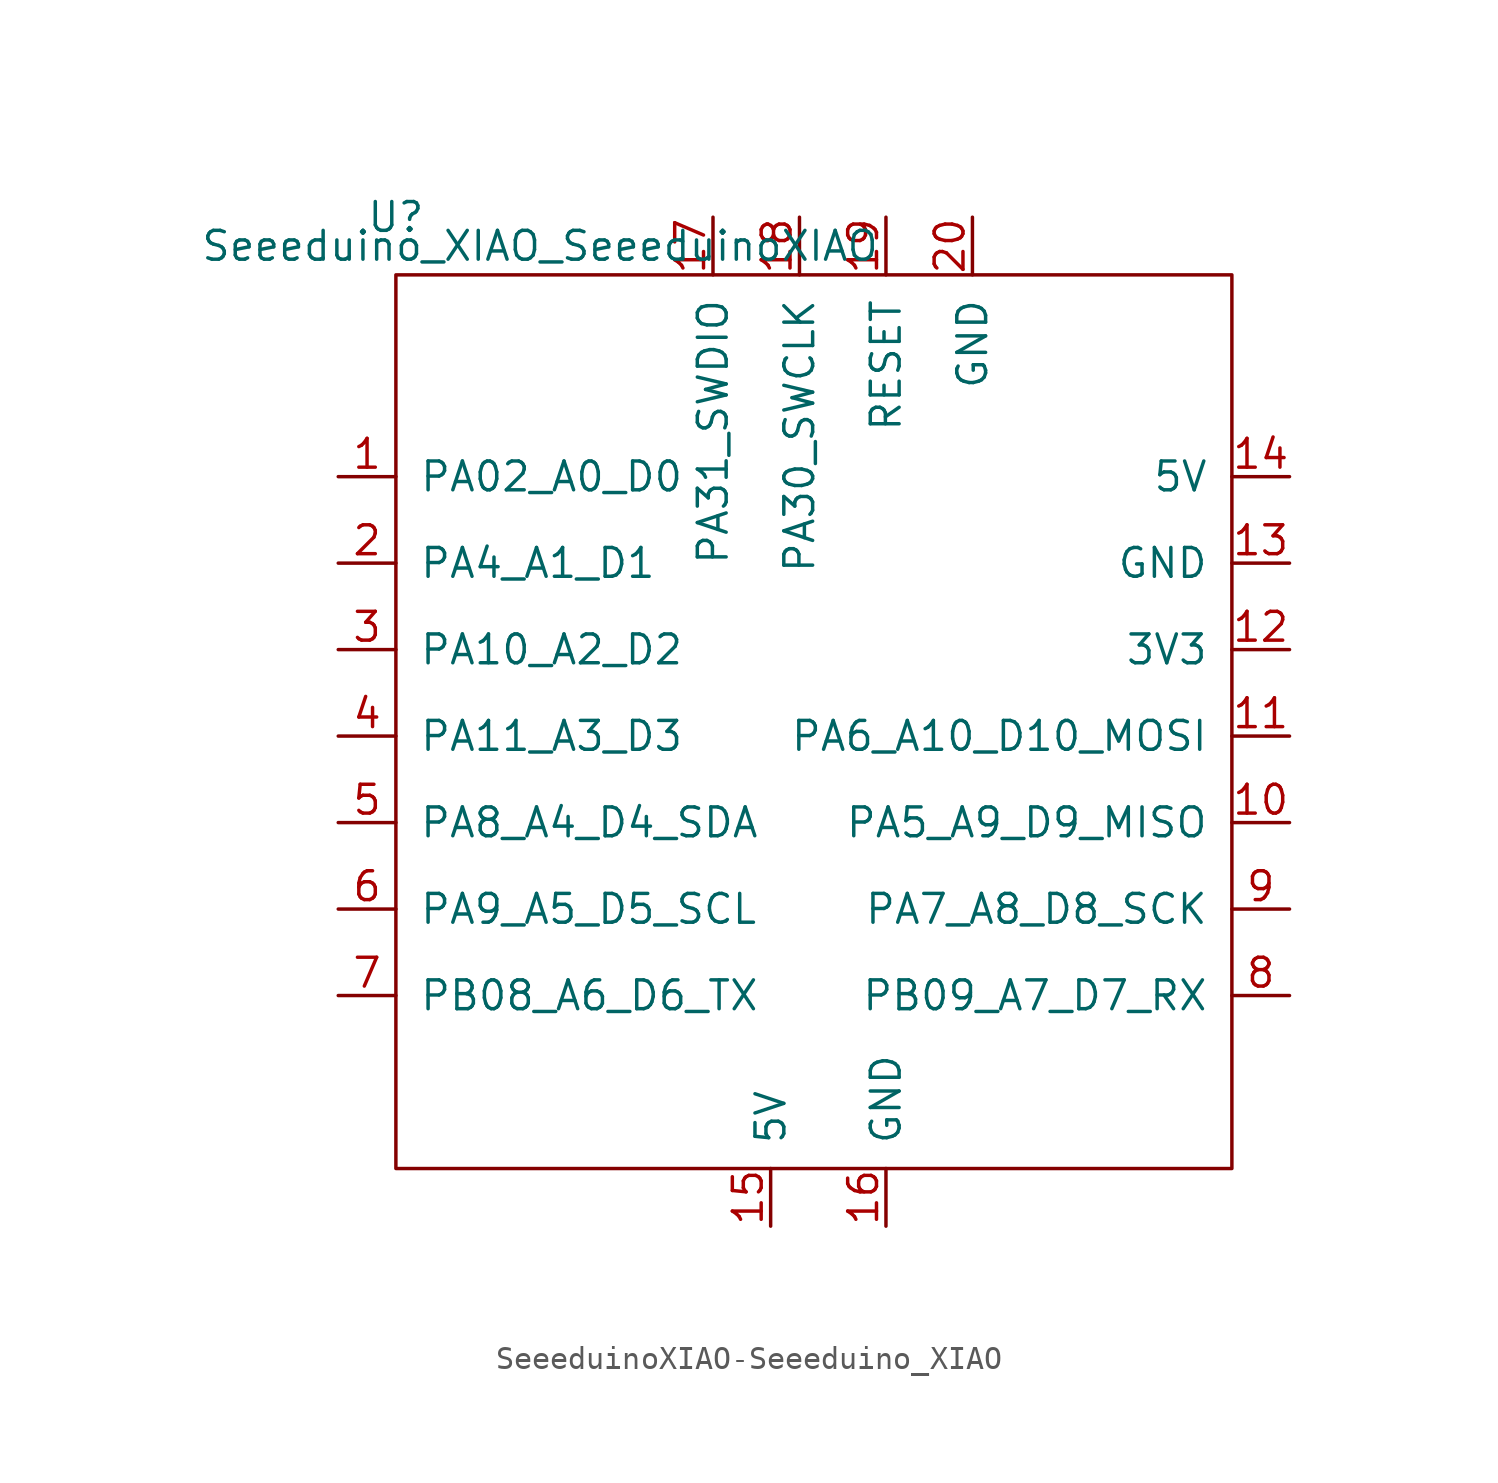
<source format=kicad_sym>
(kicad_symbol_lib
  (version 20220914)
  (generator kicad_symbol_editor)
  (symbol "SeeeduinoXIAO-Seeeduino_XIAO"
    (pin_names
      (offset 1.016))
    (property "Reference" "U"
      (at -19.05 22.86 0)
      (effects (font (size 1.27 1.27))))
    (property "Value" "Seeeduino_XIAO_SeeeduinoXIAO"
      (at -12.7 21.59 0)
      (effects (font (size 1.27 1.27))))
    (symbol "SeeeduinoXIAO-Seeeduino_XIAO_0_1"
      (rectangle (start -19.05 20.32) (end 17.78 -19.05) (stroke (width 0) (type solid)) (fill (type none))))
    (symbol "SeeeduinoXIAO-Seeeduino_XIAO_1_1"
      (pin unspecified line (at -21.59 11.43 0) (length 2.54) (name "PA02_A0_D0" (effects (font (size 1.27 1.27)))) (number "1" (effects (font (size 1.27 1.27)))))
      (pin unspecified line (at 20.32 -3.81 180) (length 2.54) (name "PA5_A9_D9_MISO" (effects (font (size 1.27 1.27)))) (number "10" (effects (font (size 1.27 1.27)))))
      (pin unspecified line (at 20.32 0 180) (length 2.54) (name "PA6_A10_D10_MOSI" (effects (font (size 1.27 1.27)))) (number "11" (effects (font (size 1.27 1.27)))))
      (pin unspecified line (at 20.32 3.81 180) (length 2.54) (name "3V3" (effects (font (size 1.27 1.27)))) (number "12" (effects (font (size 1.27 1.27)))))
      (pin unspecified line (at 20.32 7.62 180) (length 2.54) (name "GND" (effects (font (size 1.27 1.27)))) (number "13" (effects (font (size 1.27 1.27)))))
      (pin unspecified line (at 20.32 11.43 180) (length 2.54) (name "5V" (effects (font (size 1.27 1.27)))) (number "14" (effects (font (size 1.27 1.27)))))
      (pin input line (at -2.54 -21.59 90) (length 2.54) (name "5V" (effects (font (size 1.27 1.27)))) (number "15" (effects (font (size 1.27 1.27)))))
      (pin input line (at 2.54 -21.59 90) (length 2.54) (name "GND" (effects (font (size 1.27 1.27)))) (number "16" (effects (font (size 1.27 1.27)))))
      (pin input line (at -5.08 22.86 270) (length 2.54) (name "PA31_SWDIO" (effects (font (size 1.27 1.27)))) (number "17" (effects (font (size 1.27 1.27)))))
      (pin input line (at -1.27 22.86 270) (length 2.54) (name "PA30_SWCLK" (effects (font (size 1.27 1.27)))) (number "18" (effects (font (size 1.27 1.27)))))
      (pin input line (at 2.54 22.86 270) (length 2.54) (name "RESET" (effects (font (size 1.27 1.27)))) (number "19" (effects (font (size 1.27 1.27)))))
      (pin unspecified line (at -21.59 7.62 0) (length 2.54) (name "PA4_A1_D1" (effects (font (size 1.27 1.27)))) (number "2" (effects (font (size 1.27 1.27)))))
      (pin input line (at 6.35 22.86 270) (length 2.54) (name "GND" (effects (font (size 1.27 1.27)))) (number "20" (effects (font (size 1.27 1.27)))))
      (pin unspecified line (at -21.59 3.81 0) (length 2.54) (name "PA10_A2_D2" (effects (font (size 1.27 1.27)))) (number "3" (effects (font (size 1.27 1.27)))))
      (pin unspecified line (at -21.59 0 0) (length 2.54) (name "PA11_A3_D3" (effects (font (size 1.27 1.27)))) (number "4" (effects (font (size 1.27 1.27)))))
      (pin unspecified line (at -21.59 -3.81 0) (length 2.54) (name "PA8_A4_D4_SDA" (effects (font (size 1.27 1.27)))) (number "5" (effects (font (size 1.27 1.27)))))
      (pin unspecified line (at -21.59 -7.62 0) (length 2.54) (name "PA9_A5_D5_SCL" (effects (font (size 1.27 1.27)))) (number "6" (effects (font (size 1.27 1.27)))))
      (pin unspecified line (at -21.59 -11.43 0) (length 2.54) (name "PB08_A6_D6_TX" (effects (font (size 1.27 1.27)))) (number "7" (effects (font (size 1.27 1.27)))))
      (pin unspecified line (at 20.32 -11.43 180) (length 2.54) (name "PB09_A7_D7_RX" (effects (font (size 1.27 1.27)))) (number "8" (effects (font (size 1.27 1.27)))))
      (pin unspecified line (at 20.32 -7.62 180) (length 2.54) (name "PA7_A8_D8_SCK" (effects (font (size 1.27 1.27)))) (number "9" (effects (font (size 1.27 1.27))))))))
</source>
